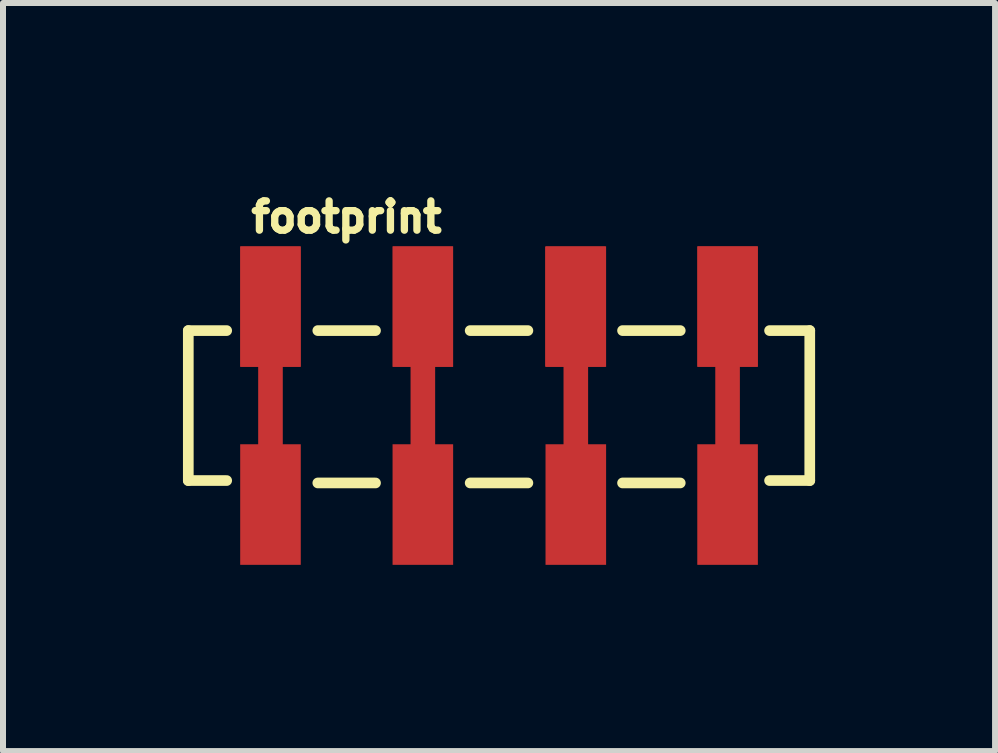
<source format=kicad_pcb>
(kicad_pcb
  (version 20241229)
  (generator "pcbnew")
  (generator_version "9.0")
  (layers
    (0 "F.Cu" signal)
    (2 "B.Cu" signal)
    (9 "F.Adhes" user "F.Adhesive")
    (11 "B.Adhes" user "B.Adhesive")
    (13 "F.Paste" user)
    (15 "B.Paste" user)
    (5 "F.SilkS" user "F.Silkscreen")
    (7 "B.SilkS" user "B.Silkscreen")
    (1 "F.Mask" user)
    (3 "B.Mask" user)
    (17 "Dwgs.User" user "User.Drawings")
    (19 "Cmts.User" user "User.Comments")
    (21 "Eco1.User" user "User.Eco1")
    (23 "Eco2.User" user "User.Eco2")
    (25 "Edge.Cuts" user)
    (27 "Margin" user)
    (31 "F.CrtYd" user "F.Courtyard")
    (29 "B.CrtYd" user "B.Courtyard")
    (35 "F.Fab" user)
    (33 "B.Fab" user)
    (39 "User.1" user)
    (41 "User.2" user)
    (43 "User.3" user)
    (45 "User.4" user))
  (footprint "footprint"
    (layer "F.Cu")
    (at 1.459 3.711)
    (property "Reference" "footprint" (at -0.381 -2.858 0) (layer "F.SilkS") (effects (font (size 0.488 0.488) (thickness 0.122)) (justify left bottom)))
    (fp_poly (pts (xy 0.505 -0.645) (xy 0.205 -0.645) (xy 0.205 0.645) (xy 0.505 0.645) (xy 0.505 2.655) (xy -0.505 2.655) (xy -0.505 0.645) (xy -0.205 0.645) (xy -0.205 -0.645) (xy -0.505 -0.645) (xy -0.505 -2.655) (xy 0.505 -2.655)) (stroke (width 0) (type solid)) (fill yes) (layer "F.Cu"))
    (fp_poly (pts (xy 3.045 -0.645) (xy 2.745 -0.645) (xy 2.745 0.645) (xy 3.045 0.645) (xy 3.045 2.655) (xy 2.035 2.655) (xy 2.035 0.645) (xy 2.335 0.645) (xy 2.335 -0.645) (xy 2.035 -0.645) (xy 2.035 -2.655) (xy 3.045 -2.655)) (stroke (width 0) (type solid)) (fill yes) (layer "F.Cu"))
    (fp_poly (pts (xy 5.595 -0.645) (xy 5.295 -0.645) (xy 5.295 0.645) (xy 5.595 0.645) (xy 5.595 2.655) (xy 4.585 2.655) (xy 4.585 0.645) (xy 4.885 0.645) (xy 4.885 -0.645) (xy 4.585 -0.645) (xy 4.585 -2.655) (xy 5.595 -2.655)) (stroke (width 0) (type solid)) (fill yes) (layer "F.Cu"))
    (fp_poly (pts (xy 8.125 -0.645) (xy 7.825 -0.645) (xy 7.825 0.645) (xy 8.125 0.645) (xy 8.125 2.655) (xy 7.115 2.655) (xy 7.115 0.645) (xy 7.415 0.645) (xy 7.415 -0.645) (xy 7.115 -0.645) (xy 7.115 -2.655) (xy 8.125 -2.655)) (stroke (width 0) (type solid)) (fill yes) (layer "F.Cu"))
    (fp_poly (pts (xy 0.58 0.56) (xy -0.62 0.56) (xy -0.62 2.76) (xy 0.58 2.76)) (stroke (width 0) (type solid)) (fill yes) (layer "F.Mask"))
    (fp_poly (pts (xy 0.6 -2.74) (xy -0.6 -2.74) (xy -0.6 -0.54) (xy 0.6 -0.54)) (stroke (width 0) (type solid)) (fill yes) (layer "F.Mask"))
    (fp_poly (pts (xy 3.12 0.56) (xy 1.92 0.56) (xy 1.92 2.76) (xy 3.12 2.76)) (stroke (width 0) (type solid)) (fill yes) (layer "F.Mask"))
    (fp_poly (pts (xy 3.14 -2.74) (xy 1.94 -2.74) (xy 1.94 -0.54) (xy 3.14 -0.54)) (stroke (width 0) (type solid)) (fill yes) (layer "F.Mask"))
    (fp_poly (pts (xy 5.67 0.56) (xy 4.47 0.56) (xy 4.47 2.76) (xy 5.67 2.76)) (stroke (width 0) (type solid)) (fill yes) (layer "F.Mask"))
    (fp_poly (pts (xy 5.69 -2.74) (xy 4.49 -2.74) (xy 4.49 -0.54) (xy 5.69 -0.54)) (stroke (width 0) (type solid)) (fill yes) (layer "F.Mask"))
    (fp_poly (pts (xy 8.2 0.56) (xy 7 0.56) (xy 7 2.76) (xy 8.2 2.76)) (stroke (width 0) (type solid)) (fill yes) (layer "F.Mask"))
    (fp_poly (pts (xy 8.22 -2.74) (xy 7.02 -2.74) (xy 7.02 -0.54) (xy 8.22 -0.54)) (stroke (width 0) (type solid)) (fill yes) (layer "F.Mask"))
    (fp_line (start -1.37 -1.25) (end -0.73 -1.25) (stroke (width 0.178) (type solid)) (layer "F.SilkS"))
    (fp_line (start -1.37 1.25) (end -1.37 -1.25) (stroke (width 0.178) (type solid)) (layer "F.SilkS"))
    (fp_line (start -0.73 1.25) (end -1.37 1.25) (stroke (width 0.178) (type solid)) (layer "F.SilkS"))
    (fp_line (start 0.789 -1.25) (end 1.751 -1.25) (stroke (width 0.178) (type solid)) (layer "F.SilkS"))
    (fp_line (start 0.789 1.29) (end 1.751 1.29) (stroke (width 0.178) (type solid)) (layer "F.SilkS"))
    (fp_line (start 3.329 -1.25) (end 4.291 -1.25) (stroke (width 0.178) (type solid)) (layer "F.SilkS"))
    (fp_line (start 3.329 1.29) (end 4.291 1.29) (stroke (width 0.178) (type solid)) (layer "F.SilkS"))
    (fp_line (start 5.869 -1.25) (end 6.831 -1.25) (stroke (width 0.178) (type solid)) (layer "F.SilkS"))
    (fp_line (start 5.869 1.29) (end 6.831 1.29) (stroke (width 0.178) (type solid)) (layer "F.SilkS"))
    (fp_line (start 8.32 -1.25) (end 8.99 -1.25) (stroke (width 0.178) (type solid)) (layer "F.SilkS"))
    (fp_line (start 8.99 -1.25) (end 8.99 1.25) (stroke (width 0.178) (type solid)) (layer "F.SilkS"))
    (fp_line (start 8.99 1.25) (end 8.32 1.25) (stroke (width 0.178) (type solid)) (layer "F.SilkS"))
    (fp_poly (pts (xy 0.58 0.56) (xy -0.62 0.56) (xy -0.62 2.76) (xy 0.58 2.76)) (stroke (width 0) (type solid)) (fill yes) (layer "F.Paste"))
    (fp_poly (pts (xy 0.6 -2.74) (xy -0.6 -2.74) (xy -0.6 -0.54) (xy 0.6 -0.54)) (stroke (width 0) (type solid)) (fill yes) (layer "F.Paste"))
    (fp_poly (pts (xy 3.12 0.56) (xy 1.92 0.56) (xy 1.92 2.76) (xy 3.12 2.76)) (stroke (width 0) (type solid)) (fill yes) (layer "F.Paste"))
    (fp_poly (pts (xy 3.14 -2.74) (xy 1.94 -2.74) (xy 1.94 -0.54) (xy 3.14 -0.54)) (stroke (width 0) (type solid)) (fill yes) (layer "F.Paste"))
    (fp_poly (pts (xy 5.67 0.56) (xy 4.47 0.56) (xy 4.47 2.76) (xy 5.67 2.76)) (stroke (width 0) (type solid)) (fill yes) (layer "F.Paste"))
    (fp_poly (pts (xy 5.69 -2.74) (xy 4.49 -2.74) (xy 4.49 -0.54) (xy 5.69 -0.54)) (stroke (width 0) (type solid)) (fill yes) (layer "F.Paste"))
    (fp_poly (pts (xy 8.2 0.56) (xy 7 0.56) (xy 7 2.76) (xy 8.2 2.76)) (stroke (width 0) (type solid)) (fill yes) (layer "F.Paste"))
    (fp_poly (pts (xy 8.22 -2.74) (xy 7.02 -2.74) (xy 7.02 -0.54) (xy 8.22 -0.54)) (stroke (width 0) (type solid)) (fill yes) (layer "F.Paste"))
    (pad "1" smd rect (at 0 -1.65 90) (size 2 1) (layers "F.Cu" "F.Paste"))
    (pad "2" smd rect (at 2.54 -1.65 90) (size 2 1) (layers "F.Cu" "F.Paste"))
    (pad "3" smd rect (at 5.08 -1.65 90) (size 2 1) (layers "F.Cu"))
    (pad "4" smd rect (at 7.62 -1.652 90) (size 2 1) (layers "F.Cu")))
  (gr_rect
    (start -3 -3)
    (end 13.538 9.471)
    (stroke (width 0.1) (type default))
    (fill no)
    (layer "Edge.Cuts")))
</source>
